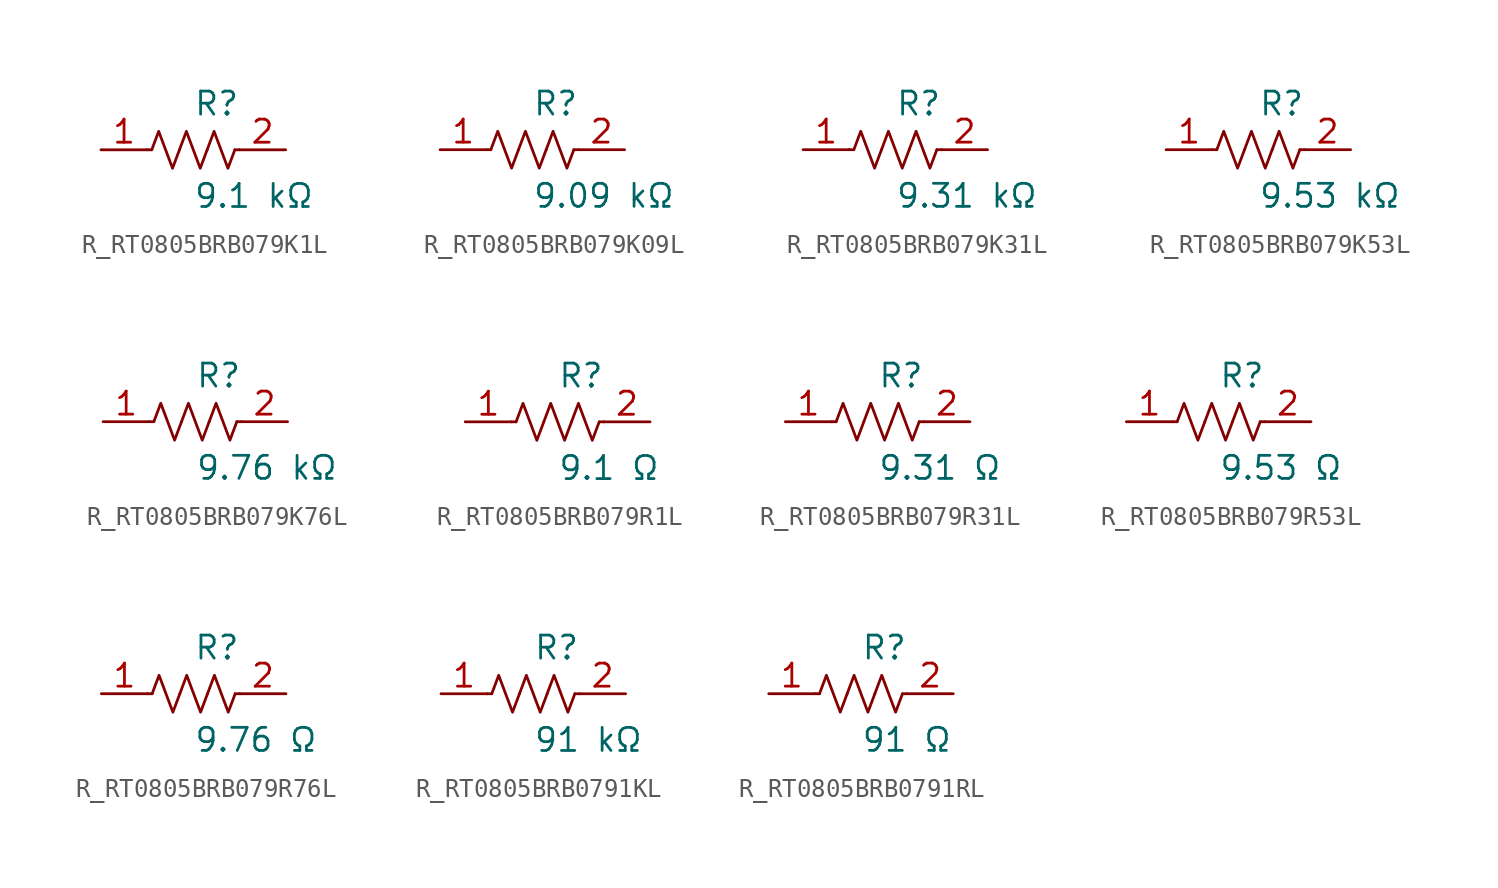
<source format=kicad_sym>
(kicad_symbol_lib
  (version 20231120)
  (generator kicad_symbol_editor)
  (generator_version 8.0)
  (symbol "R_RT0805BRB079K1L"
    (pin_names
      (offset 0.254))
    (property "Reference" "R"
      (at 0 2.54 0)
      (effects (font (size 1.27 1.27)) (justify left)))
    (property "Value" "9.1 kΩ"
      (at 0 -2.54 0)
      (effects (font (size 1.27 1.27)) (justify left)))
    (symbol "R_RT0805BRB079K1L_0_1"
      (polyline (pts (xy 2.286 0) (xy 2.54 0)) (stroke (width 0) (type default)) (fill (type none)))
      (polyline (pts (xy -2.286 0) (xy -2.54 0)) (stroke (width 0) (type default)) (fill (type none)))
      (polyline (pts (xy 0.762 0) (xy 1.143 1.016) (xy 1.524 0) (xy 1.905 -1.016) (xy 2.286 0)) (stroke (width 0) (type default)) (fill (type none)))
      (polyline (pts (xy -0.762 0) (xy -0.381 1.016) (xy 0 0) (xy 0.381 -1.016) (xy 0.762 0)) (stroke (width 0) (type default)) (fill (type none)))
      (polyline (pts (xy -2.286 0) (xy -1.905 1.016) (xy -1.524 0) (xy -1.143 -1.016) (xy -0.762 0)) (stroke (width 0) (type default)) (fill (type none))))
    (pin unspecified line
      (at -5.08 0 0)
      (length 2.54)
      (name "" (effects (font (size 1.27 1.27))))
      (number "1" (effects (font (size 1.27 1.27)))))
    (pin unspecified line
      (at 5.08 0 180)
      (length 2.54)
      (name "" (effects (font (size 1.27 1.27))))
      (number "2" (effects (font (size 1.27 1.27))))))
  (symbol "R_RT0805BRB079K09L"
    (pin_names
      (offset 0.254))
    (property "Reference" "R"
      (at 0 2.54 0)
      (effects (font (size 1.27 1.27)) (justify left)))
    (property "Value" "9.09 kΩ"
      (at 0 -2.54 0)
      (effects (font (size 1.27 1.27)) (justify left)))
    (symbol "R_RT0805BRB079K09L_0_1"
      (polyline (pts (xy 2.286 0) (xy 2.54 0)) (stroke (width 0) (type default)) (fill (type none)))
      (polyline (pts (xy -2.286 0) (xy -2.54 0)) (stroke (width 0) (type default)) (fill (type none)))
      (polyline (pts (xy 0.762 0) (xy 1.143 1.016) (xy 1.524 0) (xy 1.905 -1.016) (xy 2.286 0)) (stroke (width 0) (type default)) (fill (type none)))
      (polyline (pts (xy -0.762 0) (xy -0.381 1.016) (xy 0 0) (xy 0.381 -1.016) (xy 0.762 0)) (stroke (width 0) (type default)) (fill (type none)))
      (polyline (pts (xy -2.286 0) (xy -1.905 1.016) (xy -1.524 0) (xy -1.143 -1.016) (xy -0.762 0)) (stroke (width 0) (type default)) (fill (type none))))
    (pin unspecified line
      (at -5.08 0 0)
      (length 2.54)
      (name "" (effects (font (size 1.27 1.27))))
      (number "1" (effects (font (size 1.27 1.27)))))
    (pin unspecified line
      (at 5.08 0 180)
      (length 2.54)
      (name "" (effects (font (size 1.27 1.27))))
      (number "2" (effects (font (size 1.27 1.27))))))
  (symbol "R_RT0805BRB079K31L"
    (pin_names
      (offset 0.254))
    (property "Reference" "R"
      (at 0 2.54 0)
      (effects (font (size 1.27 1.27)) (justify left)))
    (property "Value" "9.31 kΩ"
      (at 0 -2.54 0)
      (effects (font (size 1.27 1.27)) (justify left)))
    (symbol "R_RT0805BRB079K31L_0_1"
      (polyline (pts (xy 2.286 0) (xy 2.54 0)) (stroke (width 0) (type default)) (fill (type none)))
      (polyline (pts (xy -2.286 0) (xy -2.54 0)) (stroke (width 0) (type default)) (fill (type none)))
      (polyline (pts (xy 0.762 0) (xy 1.143 1.016) (xy 1.524 0) (xy 1.905 -1.016) (xy 2.286 0)) (stroke (width 0) (type default)) (fill (type none)))
      (polyline (pts (xy -0.762 0) (xy -0.381 1.016) (xy 0 0) (xy 0.381 -1.016) (xy 0.762 0)) (stroke (width 0) (type default)) (fill (type none)))
      (polyline (pts (xy -2.286 0) (xy -1.905 1.016) (xy -1.524 0) (xy -1.143 -1.016) (xy -0.762 0)) (stroke (width 0) (type default)) (fill (type none))))
    (pin unspecified line
      (at -5.08 0 0)
      (length 2.54)
      (name "" (effects (font (size 1.27 1.27))))
      (number "1" (effects (font (size 1.27 1.27)))))
    (pin unspecified line
      (at 5.08 0 180)
      (length 2.54)
      (name "" (effects (font (size 1.27 1.27))))
      (number "2" (effects (font (size 1.27 1.27))))))
  (symbol "R_RT0805BRB079K53L"
    (pin_names
      (offset 0.254))
    (property "Reference" "R"
      (at 0 2.54 0)
      (effects (font (size 1.27 1.27)) (justify left)))
    (property "Value" "9.53 kΩ"
      (at 0 -2.54 0)
      (effects (font (size 1.27 1.27)) (justify left)))
    (symbol "R_RT0805BRB079K53L_0_1"
      (polyline (pts (xy 2.286 0) (xy 2.54 0)) (stroke (width 0) (type default)) (fill (type none)))
      (polyline (pts (xy -2.286 0) (xy -2.54 0)) (stroke (width 0) (type default)) (fill (type none)))
      (polyline (pts (xy 0.762 0) (xy 1.143 1.016) (xy 1.524 0) (xy 1.905 -1.016) (xy 2.286 0)) (stroke (width 0) (type default)) (fill (type none)))
      (polyline (pts (xy -0.762 0) (xy -0.381 1.016) (xy 0 0) (xy 0.381 -1.016) (xy 0.762 0)) (stroke (width 0) (type default)) (fill (type none)))
      (polyline (pts (xy -2.286 0) (xy -1.905 1.016) (xy -1.524 0) (xy -1.143 -1.016) (xy -0.762 0)) (stroke (width 0) (type default)) (fill (type none))))
    (pin unspecified line
      (at -5.08 0 0)
      (length 2.54)
      (name "" (effects (font (size 1.27 1.27))))
      (number "1" (effects (font (size 1.27 1.27)))))
    (pin unspecified line
      (at 5.08 0 180)
      (length 2.54)
      (name "" (effects (font (size 1.27 1.27))))
      (number "2" (effects (font (size 1.27 1.27))))))
  (symbol "R_RT0805BRB079K76L"
    (pin_names
      (offset 0.254))
    (property "Reference" "R"
      (at 0 2.54 0)
      (effects (font (size 1.27 1.27)) (justify left)))
    (property "Value" "9.76 kΩ"
      (at 0 -2.54 0)
      (effects (font (size 1.27 1.27)) (justify left)))
    (symbol "R_RT0805BRB079K76L_0_1"
      (polyline (pts (xy 2.286 0) (xy 2.54 0)) (stroke (width 0) (type default)) (fill (type none)))
      (polyline (pts (xy -2.286 0) (xy -2.54 0)) (stroke (width 0) (type default)) (fill (type none)))
      (polyline (pts (xy 0.762 0) (xy 1.143 1.016) (xy 1.524 0) (xy 1.905 -1.016) (xy 2.286 0)) (stroke (width 0) (type default)) (fill (type none)))
      (polyline (pts (xy -0.762 0) (xy -0.381 1.016) (xy 0 0) (xy 0.381 -1.016) (xy 0.762 0)) (stroke (width 0) (type default)) (fill (type none)))
      (polyline (pts (xy -2.286 0) (xy -1.905 1.016) (xy -1.524 0) (xy -1.143 -1.016) (xy -0.762 0)) (stroke (width 0) (type default)) (fill (type none))))
    (pin unspecified line
      (at -5.08 0 0)
      (length 2.54)
      (name "" (effects (font (size 1.27 1.27))))
      (number "1" (effects (font (size 1.27 1.27)))))
    (pin unspecified line
      (at 5.08 0 180)
      (length 2.54)
      (name "" (effects (font (size 1.27 1.27))))
      (number "2" (effects (font (size 1.27 1.27))))))
  (symbol "R_RT0805BRB079R1L"
    (pin_names
      (offset 0.254))
    (property "Reference" "R"
      (at 0 2.54 0)
      (effects (font (size 1.27 1.27)) (justify left)))
    (property "Value" "9.1 Ω"
      (at 0 -2.54 0)
      (effects (font (size 1.27 1.27)) (justify left)))
    (symbol "R_RT0805BRB079R1L_0_1"
      (polyline (pts (xy 2.286 0) (xy 2.54 0)) (stroke (width 0) (type default)) (fill (type none)))
      (polyline (pts (xy -2.286 0) (xy -2.54 0)) (stroke (width 0) (type default)) (fill (type none)))
      (polyline (pts (xy 0.762 0) (xy 1.143 1.016) (xy 1.524 0) (xy 1.905 -1.016) (xy 2.286 0)) (stroke (width 0) (type default)) (fill (type none)))
      (polyline (pts (xy -0.762 0) (xy -0.381 1.016) (xy 0 0) (xy 0.381 -1.016) (xy 0.762 0)) (stroke (width 0) (type default)) (fill (type none)))
      (polyline (pts (xy -2.286 0) (xy -1.905 1.016) (xy -1.524 0) (xy -1.143 -1.016) (xy -0.762 0)) (stroke (width 0) (type default)) (fill (type none))))
    (pin unspecified line
      (at -5.08 0 0)
      (length 2.54)
      (name "" (effects (font (size 1.27 1.27))))
      (number "1" (effects (font (size 1.27 1.27)))))
    (pin unspecified line
      (at 5.08 0 180)
      (length 2.54)
      (name "" (effects (font (size 1.27 1.27))))
      (number "2" (effects (font (size 1.27 1.27))))))
  (symbol "R_RT0805BRB079R31L"
    (pin_names
      (offset 0.254))
    (property "Reference" "R"
      (at 0 2.54 0)
      (effects (font (size 1.27 1.27)) (justify left)))
    (property "Value" "9.31 Ω"
      (at 0 -2.54 0)
      (effects (font (size 1.27 1.27)) (justify left)))
    (symbol "R_RT0805BRB079R31L_0_1"
      (polyline (pts (xy 2.286 0) (xy 2.54 0)) (stroke (width 0) (type default)) (fill (type none)))
      (polyline (pts (xy -2.286 0) (xy -2.54 0)) (stroke (width 0) (type default)) (fill (type none)))
      (polyline (pts (xy 0.762 0) (xy 1.143 1.016) (xy 1.524 0) (xy 1.905 -1.016) (xy 2.286 0)) (stroke (width 0) (type default)) (fill (type none)))
      (polyline (pts (xy -0.762 0) (xy -0.381 1.016) (xy 0 0) (xy 0.381 -1.016) (xy 0.762 0)) (stroke (width 0) (type default)) (fill (type none)))
      (polyline (pts (xy -2.286 0) (xy -1.905 1.016) (xy -1.524 0) (xy -1.143 -1.016) (xy -0.762 0)) (stroke (width 0) (type default)) (fill (type none))))
    (pin unspecified line
      (at -5.08 0 0)
      (length 2.54)
      (name "" (effects (font (size 1.27 1.27))))
      (number "1" (effects (font (size 1.27 1.27)))))
    (pin unspecified line
      (at 5.08 0 180)
      (length 2.54)
      (name "" (effects (font (size 1.27 1.27))))
      (number "2" (effects (font (size 1.27 1.27))))))
  (symbol "R_RT0805BRB079R53L"
    (pin_names
      (offset 0.254))
    (property "Reference" "R"
      (at 0 2.54 0)
      (effects (font (size 1.27 1.27)) (justify left)))
    (property "Value" "9.53 Ω"
      (at 0 -2.54 0)
      (effects (font (size 1.27 1.27)) (justify left)))
    (symbol "R_RT0805BRB079R53L_0_1"
      (polyline (pts (xy 2.286 0) (xy 2.54 0)) (stroke (width 0) (type default)) (fill (type none)))
      (polyline (pts (xy -2.286 0) (xy -2.54 0)) (stroke (width 0) (type default)) (fill (type none)))
      (polyline (pts (xy 0.762 0) (xy 1.143 1.016) (xy 1.524 0) (xy 1.905 -1.016) (xy 2.286 0)) (stroke (width 0) (type default)) (fill (type none)))
      (polyline (pts (xy -0.762 0) (xy -0.381 1.016) (xy 0 0) (xy 0.381 -1.016) (xy 0.762 0)) (stroke (width 0) (type default)) (fill (type none)))
      (polyline (pts (xy -2.286 0) (xy -1.905 1.016) (xy -1.524 0) (xy -1.143 -1.016) (xy -0.762 0)) (stroke (width 0) (type default)) (fill (type none))))
    (pin unspecified line
      (at -5.08 0 0)
      (length 2.54)
      (name "" (effects (font (size 1.27 1.27))))
      (number "1" (effects (font (size 1.27 1.27)))))
    (pin unspecified line
      (at 5.08 0 180)
      (length 2.54)
      (name "" (effects (font (size 1.27 1.27))))
      (number "2" (effects (font (size 1.27 1.27))))))
  (symbol "R_RT0805BRB079R76L"
    (pin_names
      (offset 0.254))
    (property "Reference" "R"
      (at 0 2.54 0)
      (effects (font (size 1.27 1.27)) (justify left)))
    (property "Value" "9.76 Ω"
      (at 0 -2.54 0)
      (effects (font (size 1.27 1.27)) (justify left)))
    (symbol "R_RT0805BRB079R76L_0_1"
      (polyline (pts (xy 2.286 0) (xy 2.54 0)) (stroke (width 0) (type default)) (fill (type none)))
      (polyline (pts (xy -2.286 0) (xy -2.54 0)) (stroke (width 0) (type default)) (fill (type none)))
      (polyline (pts (xy 0.762 0) (xy 1.143 1.016) (xy 1.524 0) (xy 1.905 -1.016) (xy 2.286 0)) (stroke (width 0) (type default)) (fill (type none)))
      (polyline (pts (xy -0.762 0) (xy -0.381 1.016) (xy 0 0) (xy 0.381 -1.016) (xy 0.762 0)) (stroke (width 0) (type default)) (fill (type none)))
      (polyline (pts (xy -2.286 0) (xy -1.905 1.016) (xy -1.524 0) (xy -1.143 -1.016) (xy -0.762 0)) (stroke (width 0) (type default)) (fill (type none))))
    (pin unspecified line
      (at -5.08 0 0)
      (length 2.54)
      (name "" (effects (font (size 1.27 1.27))))
      (number "1" (effects (font (size 1.27 1.27)))))
    (pin unspecified line
      (at 5.08 0 180)
      (length 2.54)
      (name "" (effects (font (size 1.27 1.27))))
      (number "2" (effects (font (size 1.27 1.27))))))
  (symbol "R_RT0805BRB0791KL"
    (pin_names
      (offset 0.254))
    (property "Reference" "R"
      (at 0 2.54 0)
      (effects (font (size 1.27 1.27)) (justify left)))
    (property "Value" "91 kΩ"
      (at 0 -2.54 0)
      (effects (font (size 1.27 1.27)) (justify left)))
    (symbol "R_RT0805BRB0791KL_0_1"
      (polyline (pts (xy 2.286 0) (xy 2.54 0)) (stroke (width 0) (type default)) (fill (type none)))
      (polyline (pts (xy -2.286 0) (xy -2.54 0)) (stroke (width 0) (type default)) (fill (type none)))
      (polyline (pts (xy 0.762 0) (xy 1.143 1.016) (xy 1.524 0) (xy 1.905 -1.016) (xy 2.286 0)) (stroke (width 0) (type default)) (fill (type none)))
      (polyline (pts (xy -0.762 0) (xy -0.381 1.016) (xy 0 0) (xy 0.381 -1.016) (xy 0.762 0)) (stroke (width 0) (type default)) (fill (type none)))
      (polyline (pts (xy -2.286 0) (xy -1.905 1.016) (xy -1.524 0) (xy -1.143 -1.016) (xy -0.762 0)) (stroke (width 0) (type default)) (fill (type none))))
    (pin unspecified line
      (at -5.08 0 0)
      (length 2.54)
      (name "" (effects (font (size 1.27 1.27))))
      (number "1" (effects (font (size 1.27 1.27)))))
    (pin unspecified line
      (at 5.08 0 180)
      (length 2.54)
      (name "" (effects (font (size 1.27 1.27))))
      (number "2" (effects (font (size 1.27 1.27))))))
  (symbol "R_RT0805BRB0791RL"
    (pin_names
      (offset 0.254))
    (property "Reference" "R"
      (at 0 2.54 0)
      (effects (font (size 1.27 1.27)) (justify left)))
    (property "Value" "91 Ω"
      (at 0 -2.54 0)
      (effects (font (size 1.27 1.27)) (justify left)))
    (symbol "R_RT0805BRB0791RL_0_1"
      (polyline (pts (xy 2.286 0) (xy 2.54 0)) (stroke (width 0) (type default)) (fill (type none)))
      (polyline (pts (xy -2.286 0) (xy -2.54 0)) (stroke (width 0) (type default)) (fill (type none)))
      (polyline (pts (xy 0.762 0) (xy 1.143 1.016) (xy 1.524 0) (xy 1.905 -1.016) (xy 2.286 0)) (stroke (width 0) (type default)) (fill (type none)))
      (polyline (pts (xy -0.762 0) (xy -0.381 1.016) (xy 0 0) (xy 0.381 -1.016) (xy 0.762 0)) (stroke (width 0) (type default)) (fill (type none)))
      (polyline (pts (xy -2.286 0) (xy -1.905 1.016) (xy -1.524 0) (xy -1.143 -1.016) (xy -0.762 0)) (stroke (width 0) (type default)) (fill (type none))))
    (pin unspecified line
      (at -5.08 0 0)
      (length 2.54)
      (name "" (effects (font (size 1.27 1.27))))
      (number "1" (effects (font (size 1.27 1.27)))))
    (pin unspecified line
      (at 5.08 0 180)
      (length 2.54)
      (name "" (effects (font (size 1.27 1.27))))
      (number "2" (effects (font (size 1.27 1.27)))))))
</source>
